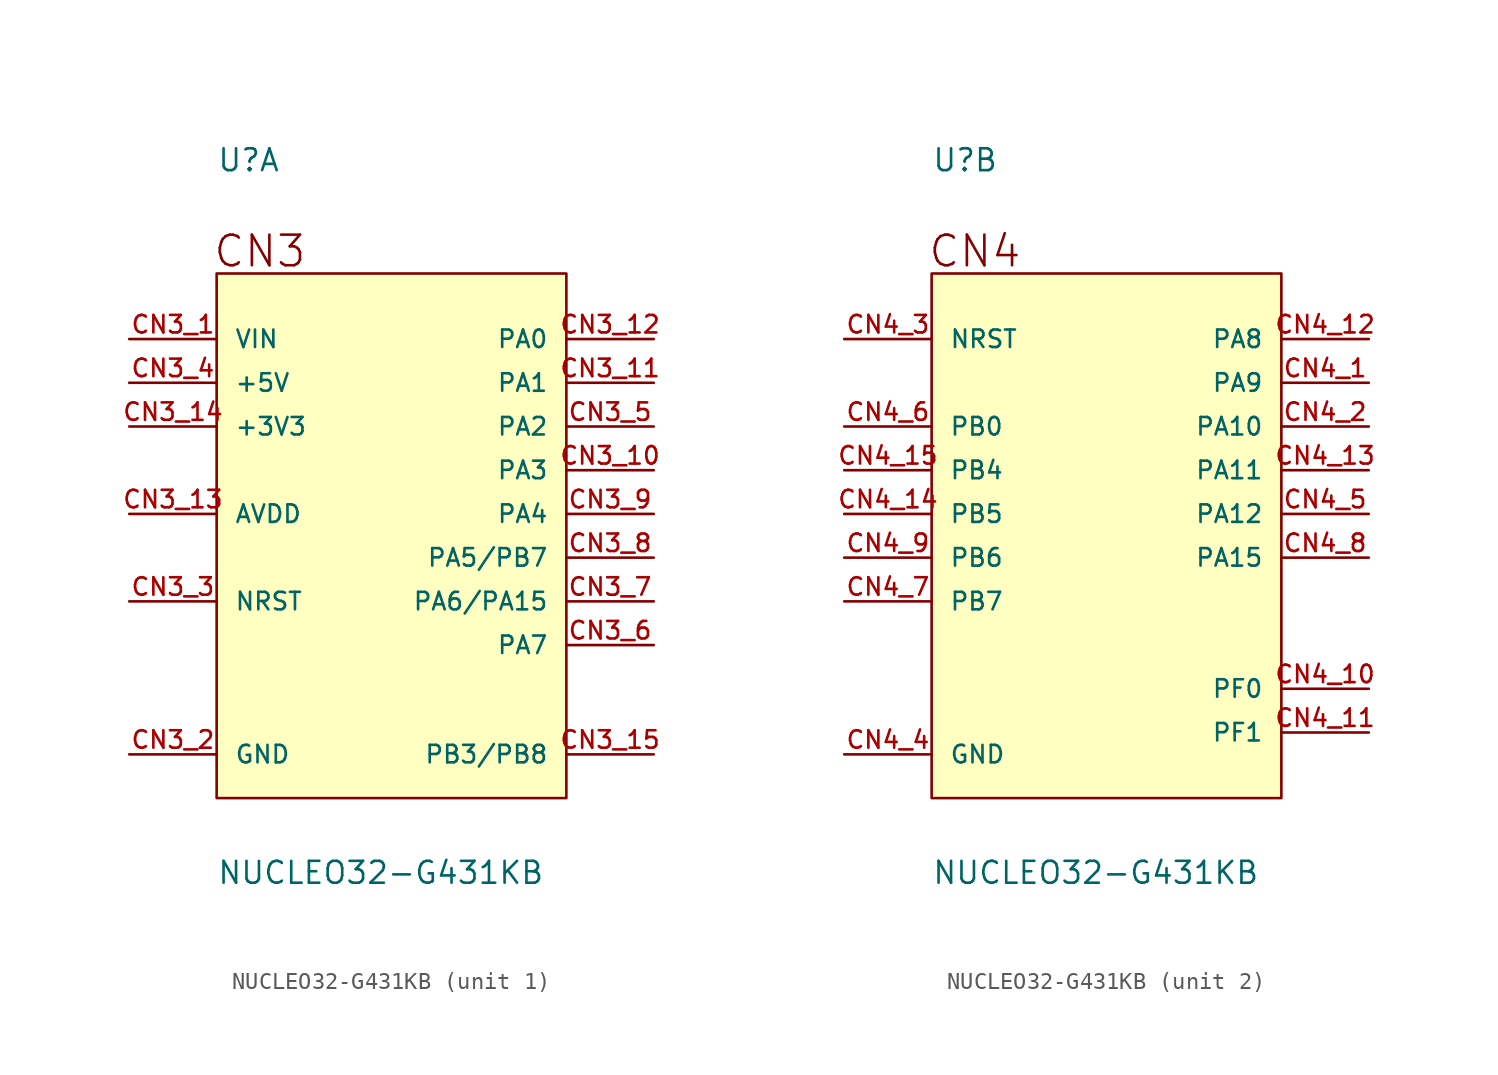
<source format=kicad_sym>
(kicad_symbol_lib
  (version 20231120)
  (generator "kicad_symbol_editor")
  (generator_version "8.0")
  (symbol "NUCLEO32-G431KB"
    (pin_names
      (offset 1.016))
    (property "Reference" "U"
      (at -10.16 21.082 0)
      (effects (font (size 1.27 1.27)) (justify left bottom)))
    (property "Value" "NUCLEO32-G431KB"
      (at -10.16 -20.32 0)
      (effects (font (size 1.27 1.27)) (justify left bottom)))
    (symbol "NUCLEO32-G431KB_1_0"
      (rectangle (start -10.16 15.24) (end 10.16 -15.24) (stroke (width 0.152) (type default)) (fill (type background)))
      (text "CN3" (at -10.414 15.494 0) (effects (font (size 1.778 1.778)) (justify left bottom)))
      (pin bidirectional line (at -15.24 11.43 0) (length 5.08) (name "VIN" (effects (font (size 1.016 1.016)))) (number "CN3_1" (effects (font (size 1.016 1.016)))))
      (pin bidirectional line (at 15.24 3.81 180) (length 5.08) (name "PA3" (effects (font (size 1.016 1.016)))) (number "CN3_10" (effects (font (size 1.016 1.016)))))
      (pin bidirectional line (at 15.24 8.89 180) (length 5.08) (name "PA1" (effects (font (size 1.016 1.016)))) (number "CN3_11" (effects (font (size 1.016 1.016)))))
      (pin bidirectional line (at 15.24 11.43 180) (length 5.08) (name "PA0" (effects (font (size 1.016 1.016)))) (number "CN3_12" (effects (font (size 1.016 1.016)))))
      (pin bidirectional line (at -15.24 1.27 0) (length 5.08) (name "AVDD" (effects (font (size 1.016 1.016)))) (number "CN3_13" (effects (font (size 1.016 1.016)))))
      (pin bidirectional line (at -15.24 6.35 0) (length 5.08) (name "+3V3" (effects (font (size 1.016 1.016)))) (number "CN3_14" (effects (font (size 1.016 1.016)))))
      (pin bidirectional line (at 15.24 -12.7 180) (length 5.08) (name "PB3/PB8" (effects (font (size 1.016 1.016)))) (number "CN3_15" (effects (font (size 1.016 1.016)))))
      (pin power_in line (at -15.24 -12.7 0) (length 5.08) (name "GND" (effects (font (size 1.016 1.016)))) (number "CN3_2" (effects (font (size 1.016 1.016)))))
      (pin bidirectional line (at -15.24 -3.81 0) (length 5.08) (name "NRST" (effects (font (size 1.016 1.016)))) (number "CN3_3" (effects (font (size 1.016 1.016)))))
      (pin bidirectional line (at -15.24 8.89 0) (length 5.08) (name "+5V" (effects (font (size 1.016 1.016)))) (number "CN3_4" (effects (font (size 1.016 1.016)))))
      (pin bidirectional line (at 15.24 6.35 180) (length 5.08) (name "PA2" (effects (font (size 1.016 1.016)))) (number "CN3_5" (effects (font (size 1.016 1.016)))))
      (pin bidirectional line (at 15.24 -6.35 180) (length 5.08) (name "PA7" (effects (font (size 1.016 1.016)))) (number "CN3_6" (effects (font (size 1.016 1.016)))))
      (pin bidirectional line (at 15.24 -3.81 180) (length 5.08) (name "PA6/PA15" (effects (font (size 1.016 1.016)))) (number "CN3_7" (effects (font (size 1.016 1.016)))))
      (pin bidirectional line (at 15.24 -1.27 180) (length 5.08) (name "PA5/PB7" (effects (font (size 1.016 1.016)))) (number "CN3_8" (effects (font (size 1.016 1.016)))))
      (pin bidirectional line (at 15.24 1.27 180) (length 5.08) (name "PA4" (effects (font (size 1.016 1.016)))) (number "CN3_9" (effects (font (size 1.016 1.016))))))
    (symbol "NUCLEO32-G431KB_2_0"
      (rectangle (start -10.16 15.24) (end 10.16 -15.24) (stroke (width 0.152) (type default)) (fill (type background)))
      (text "CN4" (at -10.414 15.494 0) (effects (font (size 1.778 1.778)) (justify left bottom)))
      (pin input line (at 15.24 8.89 180) (length 5.08) (name "PA9" (effects (font (size 1.016 1.016)))) (number "CN4_1" (effects (font (size 1.016 1.016)))))
      (pin bidirectional line (at 15.24 -8.89 180) (length 5.08) (name "PF0" (effects (font (size 1.016 1.016)))) (number "CN4_10" (effects (font (size 1.016 1.016)))))
      (pin bidirectional line (at 15.24 -11.43 180) (length 5.08) (name "PF1" (effects (font (size 1.016 1.016)))) (number "CN4_11" (effects (font (size 1.016 1.016)))))
      (pin bidirectional line (at 15.24 11.43 180) (length 5.08) (name "PA8" (effects (font (size 1.016 1.016)))) (number "CN4_12" (effects (font (size 1.016 1.016)))))
      (pin bidirectional line (at 15.24 3.81 180) (length 5.08) (name "PA11" (effects (font (size 1.016 1.016)))) (number "CN4_13" (effects (font (size 1.016 1.016)))))
      (pin power_in line (at -15.24 1.27 0) (length 5.08) (name "PB5" (effects (font (size 1.016 1.016)))) (number "CN4_14" (effects (font (size 1.016 1.016)))))
      (pin bidirectional line (at -15.24 3.81 0) (length 5.08) (name "PB4" (effects (font (size 1.016 1.016)))) (number "CN4_15" (effects (font (size 1.016 1.016)))))
      (pin power_in line (at 15.24 6.35 180) (length 5.08) (name "PA10" (effects (font (size 1.016 1.016)))) (number "CN4_2" (effects (font (size 1.016 1.016)))))
      (pin bidirectional line (at -15.24 11.43 0) (length 5.08) (name "NRST" (effects (font (size 1.016 1.016)))) (number "CN4_3" (effects (font (size 1.016 1.016)))))
      (pin power_in line (at -15.24 -12.7 0) (length 5.08) (name "GND" (effects (font (size 1.016 1.016)))) (number "CN4_4" (effects (font (size 1.016 1.016)))))
      (pin bidirectional line (at 15.24 1.27 180) (length 5.08) (name "PA12" (effects (font (size 1.016 1.016)))) (number "CN4_5" (effects (font (size 1.016 1.016)))))
      (pin bidirectional line (at -15.24 6.35 0) (length 5.08) (name "PB0" (effects (font (size 1.016 1.016)))) (number "CN4_6" (effects (font (size 1.016 1.016)))))
      (pin bidirectional line (at -15.24 -3.81 0) (length 5.08) (name "PB7" (effects (font (size 1.016 1.016)))) (number "CN4_7" (effects (font (size 1.016 1.016)))))
      (pin bidirectional line (at 15.24 -1.27 180) (length 5.08) (name "PA15" (effects (font (size 1.016 1.016)))) (number "CN4_8" (effects (font (size 1.016 1.016)))))
      (pin bidirectional line (at -15.24 -1.27 0) (length 5.08) (name "PB6" (effects (font (size 1.016 1.016)))) (number "CN4_9" (effects (font (size 1.016 1.016))))))))
</source>
